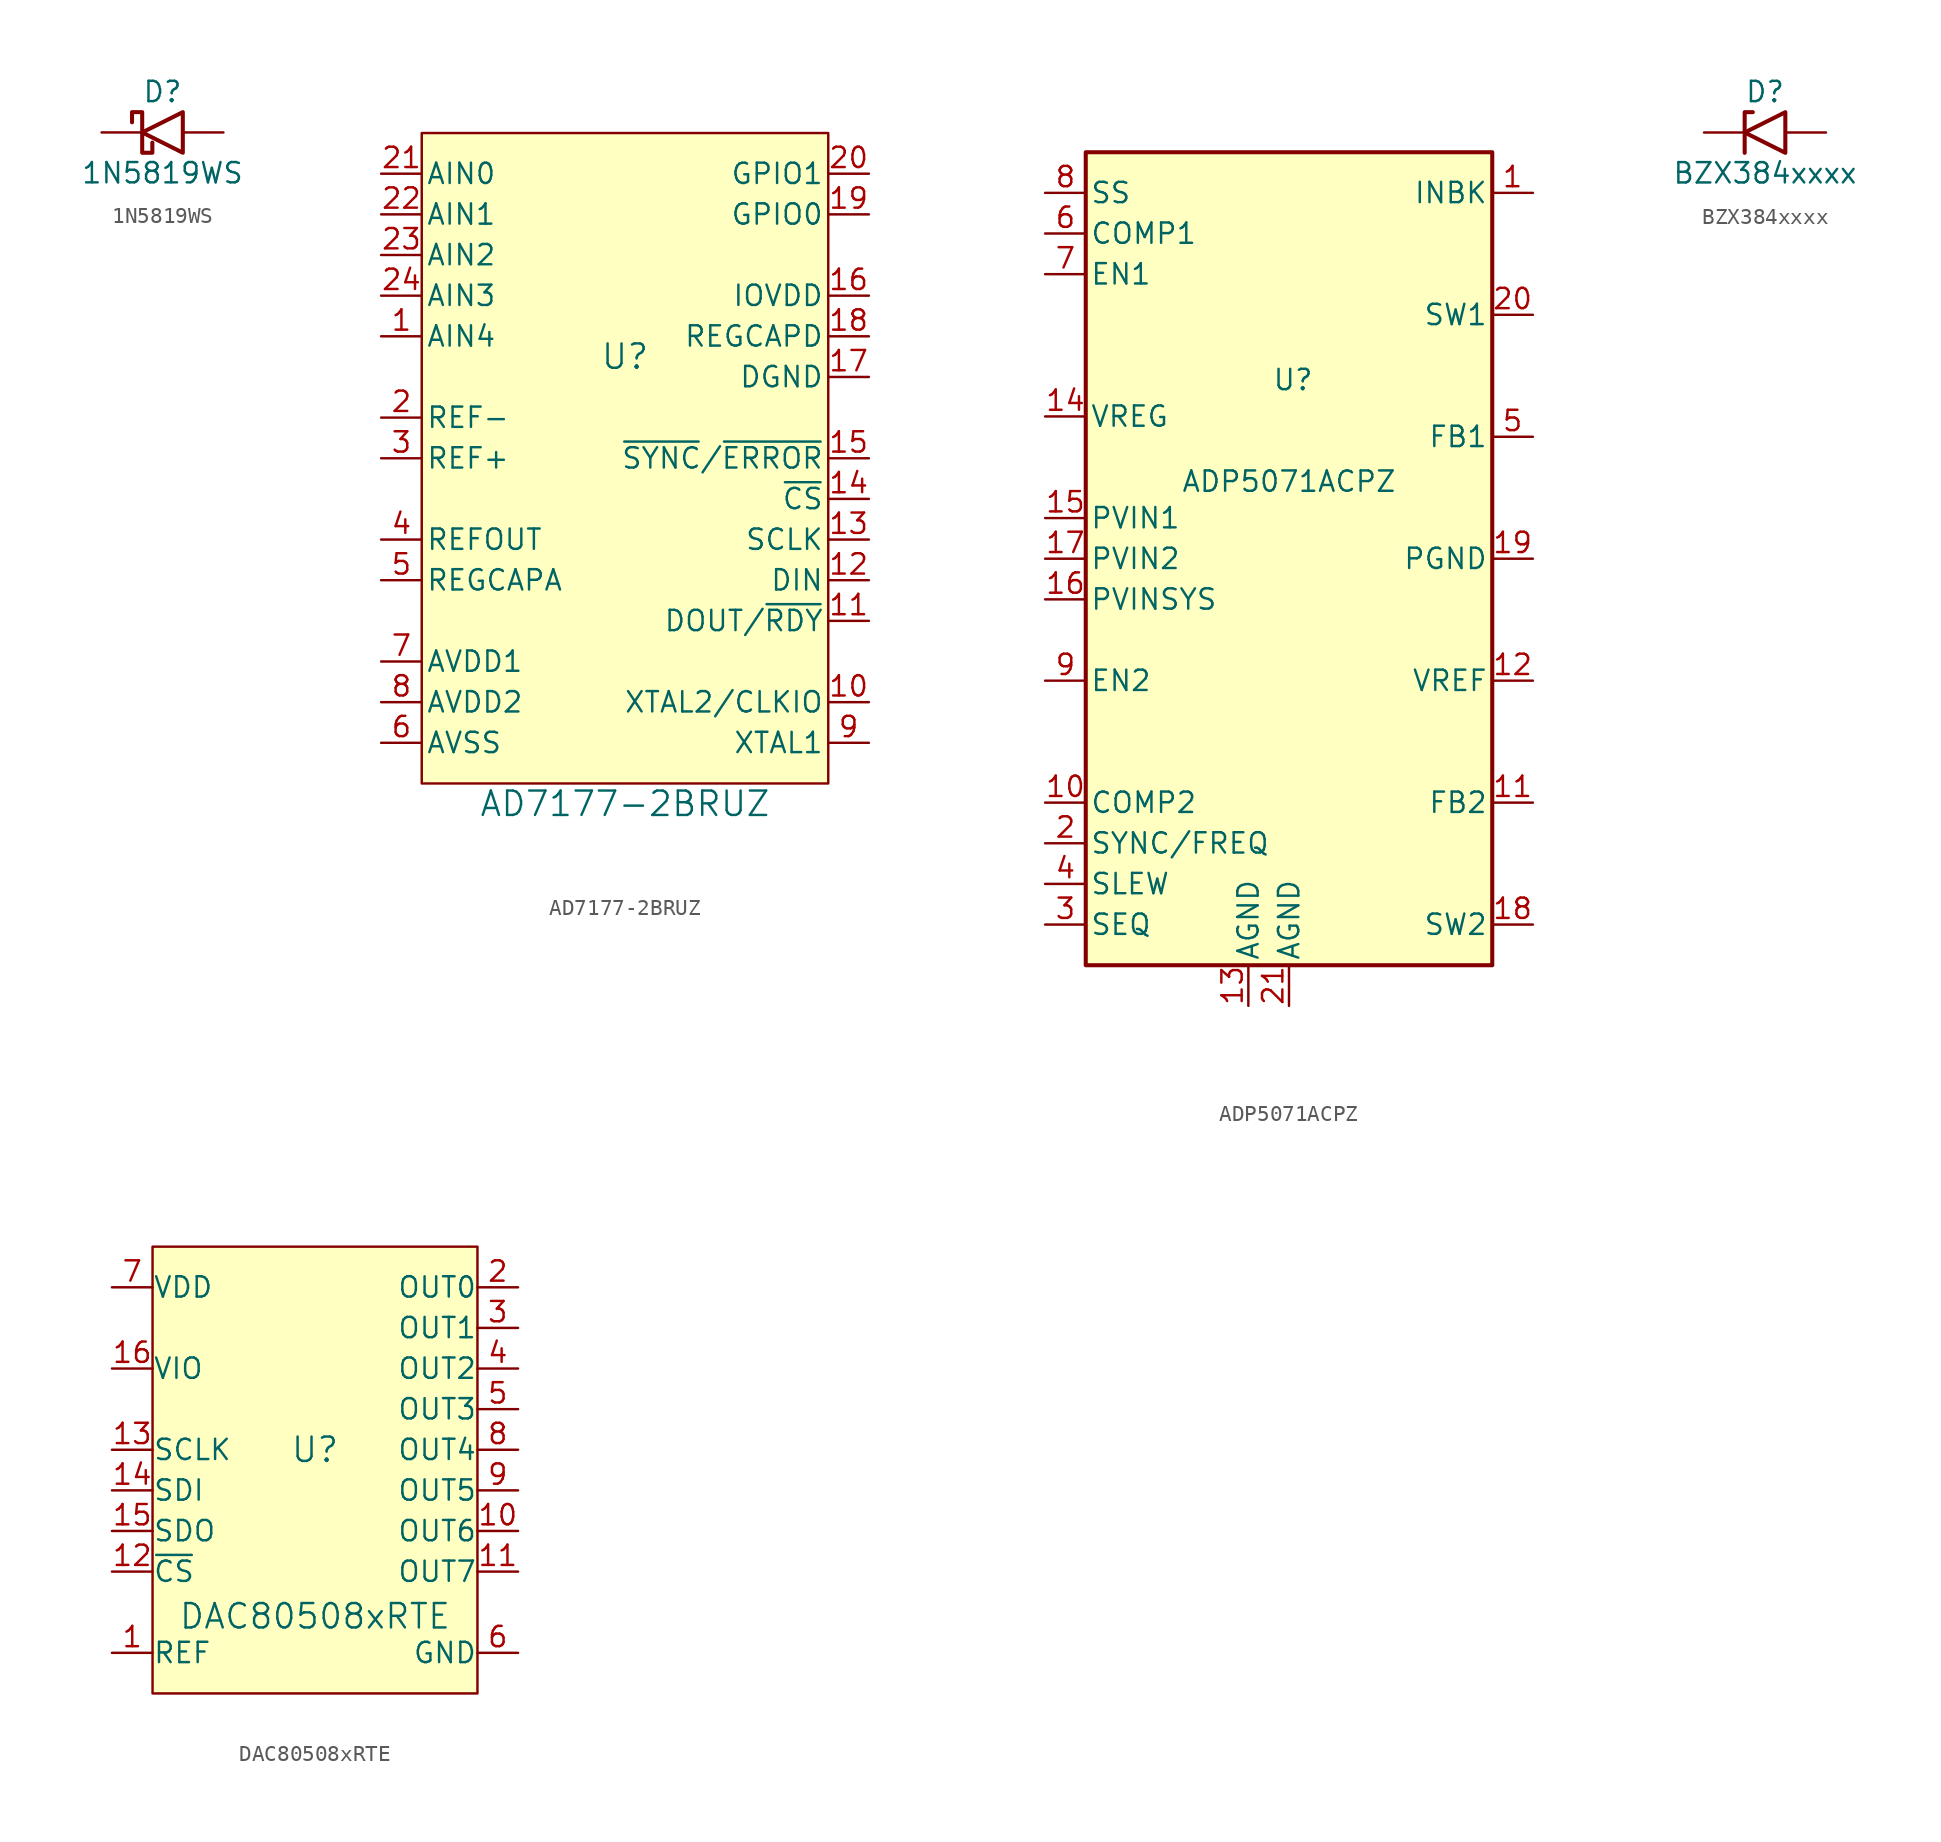
<source format=kicad_sym>
(kicad_symbol_lib
  (version 20241209)
  (generator "kicad_symbol_editor")
  (generator_version "9.0")
  (symbol "1N5819WS"
    (pin_numbers
      (hide yes))
    (pin_names
      (offset 1.016)
      (hide yes))
    (property "Reference" "D"
      (at 0 2.54 0)
      (effects (font (size 1.27 1.27))))
    (property "Value" "1N5819WS"
      (at 0 -2.54 0)
      (effects (font (size 1.27 1.27))))
    (symbol "1N5819WS_0_1"
      (polyline (pts (xy -1.905 0.635) (xy -1.905 1.27) (xy -1.27 1.27) (xy -1.27 -1.27) (xy -0.635 -1.27) (xy -0.635 -0.635)) (stroke (width 0.254) (type default)) (fill (type none)))
      (polyline (pts (xy 1.27 1.27) (xy 1.27 -1.27) (xy -1.27 0) (xy 1.27 1.27)) (stroke (width 0.254) (type default)) (fill (type none))))
    (symbol "1N5819WS_1_1"
      (pin passive line (at -3.81 0 0) (length 2.54) (name "K" (effects (font (size 1.27 1.27)))) (number "1" (effects (font (size 1.27 1.27)))))
      (pin passive line (at 3.81 0 180) (length 2.54) (name "A" (effects (font (size 1.27 1.27)))) (number "2" (effects (font (size 1.27 1.27)))))))
  (symbol "AD7177-2BRUZ"
    (pin_names
      (offset 0.254))
    (property "Reference" "U"
      (at 0 6.35 0)
      (effects (font (size 1.524 1.524))))
    (property "Value" "AD7177-2BRUZ"
      (at 0 -21.59 0)
      (effects (font (size 1.524 1.524))))
    (symbol "AD7177-2BRUZ_1_1"
      (rectangle (start -12.7 20.32) (end 12.7 -20.32) (stroke (width 0) (type default)) (fill (type background)))
      (pin input line (at -15.24 17.78 0) (length 2.54) (name "AIN0" (effects (font (size 1.27 1.27)))) (number "21" (effects (font (size 1.27 1.27)))))
      (pin input line (at -15.24 15.24 0) (length 2.54) (name "AIN1" (effects (font (size 1.27 1.27)))) (number "22" (effects (font (size 1.27 1.27)))))
      (pin input line (at -15.24 12.7 0) (length 2.54) (name "AIN2" (effects (font (size 1.27 1.27)))) (number "23" (effects (font (size 1.27 1.27)))))
      (pin input line (at -15.24 10.16 0) (length 2.54) (name "AIN3" (effects (font (size 1.27 1.27)))) (number "24" (effects (font (size 1.27 1.27)))))
      (pin input line (at -15.24 7.62 0) (length 2.54) (name "AIN4" (effects (font (size 1.27 1.27)))) (number "1" (effects (font (size 1.27 1.27)))))
      (pin input line (at -15.24 2.54 0) (length 2.54) (name "REF-" (effects (font (size 1.27 1.27)))) (number "2" (effects (font (size 1.27 1.27)))))
      (pin input line (at -15.24 0 0) (length 2.54) (name "REF+" (effects (font (size 1.27 1.27)))) (number "3" (effects (font (size 1.27 1.27)))))
      (pin output line (at -15.24 -5.08 0) (length 2.54) (name "REFOUT" (effects (font (size 1.27 1.27)))) (number "4" (effects (font (size 1.27 1.27)))))
      (pin passive line (at -15.24 -7.62 0) (length 2.54) (name "REGCAPA" (effects (font (size 1.27 1.27)))) (number "5" (effects (font (size 1.27 1.27)))))
      (pin power_in line (at -15.24 -12.7 0) (length 2.54) (name "AVDD1" (effects (font (size 1.27 1.27)))) (number "7" (effects (font (size 1.27 1.27)))))
      (pin power_in line (at -15.24 -15.24 0) (length 2.54) (name "AVDD2" (effects (font (size 1.27 1.27)))) (number "8" (effects (font (size 1.27 1.27)))))
      (pin power_in line (at -15.24 -17.78 0) (length 2.54) (name "AVSS" (effects (font (size 1.27 1.27)))) (number "6" (effects (font (size 1.27 1.27)))))
      (pin bidirectional line (at 15.24 17.78 180) (length 2.54) (name "GPIO1" (effects (font (size 1.27 1.27)))) (number "20" (effects (font (size 1.27 1.27)))))
      (pin bidirectional line (at 15.24 15.24 180) (length 2.54) (name "GPIO0" (effects (font (size 1.27 1.27)))) (number "19" (effects (font (size 1.27 1.27)))))
      (pin power_in line (at 15.24 10.16 180) (length 2.54) (name "IOVDD" (effects (font (size 1.27 1.27)))) (number "16" (effects (font (size 1.27 1.27)))))
      (pin passive line (at 15.24 7.62 180) (length 2.54) (name "REGCAPD" (effects (font (size 1.27 1.27)))) (number "18" (effects (font (size 1.27 1.27)))))
      (pin power_in line (at 15.24 5.08 180) (length 2.54) (name "DGND" (effects (font (size 1.27 1.27)))) (number "17" (effects (font (size 1.27 1.27)))))
      (pin bidirectional line (at 15.24 0 180) (length 2.54) (name "~{SYNC}/~{ERROR}" (effects (font (size 1.27 1.27)))) (number "15" (effects (font (size 1.27 1.27)))))
      (pin input line (at 15.24 -2.54 180) (length 2.54) (name "~{CS}" (effects (font (size 1.27 1.27)))) (number "14" (effects (font (size 1.27 1.27)))))
      (pin input line (at 15.24 -5.08 180) (length 2.54) (name "SCLK" (effects (font (size 1.27 1.27)))) (number "13" (effects (font (size 1.27 1.27)))))
      (pin input line (at 15.24 -7.62 180) (length 2.54) (name "DIN" (effects (font (size 1.27 1.27)))) (number "12" (effects (font (size 1.27 1.27)))))
      (pin tri_state line (at 15.24 -10.16 180) (length 2.54) (name "DOUT/~{RDY}" (effects (font (size 1.27 1.27)))) (number "11" (effects (font (size 1.27 1.27)))))
      (pin input line (at 15.24 -15.24 180) (length 2.54) (name "XTAL2/CLKIO" (effects (font (size 1.27 1.27)))) (number "10" (effects (font (size 1.27 1.27)))))
      (pin passive line (at 15.24 -17.78 180) (length 2.54) (name "XTAL1" (effects (font (size 1.27 1.27)))) (number "9" (effects (font (size 1.27 1.27)))))))
  (symbol "ADP5071ACPZ"
    (pin_names
      (offset 0.254))
    (property "Reference" "U"
      (at 0.254 11.176 0)
      (effects (font (size 1.27 1.27))))
    (property "Value" "ADP5071ACPZ"
      (at 0 4.826 0)
      (effects (font (size 1.27 1.27))))
    (symbol "ADP5071ACPZ_0_1"
      (rectangle (start -12.7 25.4) (end 12.7 -25.4) (stroke (width 0.254) (type default)) (fill (type background))))
    (symbol "ADP5071ACPZ_1_1"
      (pin passive line (at -15.24 22.86 0) (length 2.54) (name "SS" (effects (font (size 1.27 1.27)))) (number "8" (effects (font (size 1.27 1.27)))))
      (pin passive line (at -15.24 20.32 0) (length 2.54) (name "COMP1" (effects (font (size 1.27 1.27)))) (number "6" (effects (font (size 1.27 1.27)))))
      (pin input line (at -15.24 17.78 0) (length 2.54) (name "EN1" (effects (font (size 1.27 1.27)))) (number "7" (effects (font (size 1.27 1.27)))))
      (pin output line (at -15.24 8.89 0) (length 2.54) (name "VREG" (effects (font (size 1.27 1.27)))) (number "14" (effects (font (size 1.27 1.27)))))
      (pin power_in line (at -15.24 2.54 0) (length 2.54) (name "PVIN1" (effects (font (size 1.27 1.27)))) (number "15" (effects (font (size 1.27 1.27)))))
      (pin power_in line (at -15.24 0 0) (length 2.54) (name "PVIN2" (effects (font (size 1.27 1.27)))) (number "17" (effects (font (size 1.27 1.27)))))
      (pin power_in line (at -15.24 -2.54 0) (length 2.54) (name "PVINSYS" (effects (font (size 1.27 1.27)))) (number "16" (effects (font (size 1.27 1.27)))))
      (pin input line (at -15.24 -7.62 0) (length 2.54) (name "EN2" (effects (font (size 1.27 1.27)))) (number "9" (effects (font (size 1.27 1.27)))))
      (pin passive line (at -15.24 -15.24 0) (length 2.54) (name "COMP2" (effects (font (size 1.27 1.27)))) (number "10" (effects (font (size 1.27 1.27)))))
      (pin input line (at -15.24 -17.78 0) (length 2.54) (name "SYNC/FREQ" (effects (font (size 1.27 1.27)))) (number "2" (effects (font (size 1.27 1.27)))))
      (pin input line (at -15.24 -20.32 0) (length 2.54) (name "SLEW" (effects (font (size 1.27 1.27)))) (number "4" (effects (font (size 1.27 1.27)))))
      (pin input line (at -15.24 -22.86 0) (length 2.54) (name "SEQ" (effects (font (size 1.27 1.27)))) (number "3" (effects (font (size 1.27 1.27)))))
      (pin power_in line (at -2.54 -27.94 90) (length 2.54) (name "AGND" (effects (font (size 1.27 1.27)))) (number "13" (effects (font (size 1.27 1.27)))))
      (pin power_in line (at 0 -27.94 90) (length 2.54) (name "AGND" (effects (font (size 1.27 1.27)))) (number "21" (effects (font (size 1.27 1.27)))))
      (pin power_out line (at 15.24 22.86 180) (length 2.54) (name "INBK" (effects (font (size 1.27 1.27)))) (number "1" (effects (font (size 1.27 1.27)))))
      (pin power_out line (at 15.24 15.24 180) (length 2.54) (name "SW1" (effects (font (size 1.27 1.27)))) (number "20" (effects (font (size 1.27 1.27)))))
      (pin input line (at 15.24 7.62 180) (length 2.54) (name "FB1" (effects (font (size 1.27 1.27)))) (number "5" (effects (font (size 1.27 1.27)))))
      (pin power_in line (at 15.24 0 180) (length 2.54) (name "PGND" (effects (font (size 1.27 1.27)))) (number "19" (effects (font (size 1.27 1.27)))))
      (pin output line (at 15.24 -7.62 180) (length 2.54) (name "VREF" (effects (font (size 1.27 1.27)))) (number "12" (effects (font (size 1.27 1.27)))))
      (pin input line (at 15.24 -15.24 180) (length 2.54) (name "FB2" (effects (font (size 1.27 1.27)))) (number "11" (effects (font (size 1.27 1.27)))))
      (pin power_out line (at 15.24 -22.86 180) (length 2.54) (name "SW2" (effects (font (size 1.27 1.27)))) (number "18" (effects (font (size 1.27 1.27)))))))
  (symbol "BZX384xxxx"
    (pin_numbers
      (hide yes))
    (pin_names
      (hide yes))
    (property "Reference" "D"
      (at 0 2.54 0)
      (effects (font (size 1.27 1.27))))
    (property "Value" "BZX384xxxx"
      (at 0 -2.54 0)
      (effects (font (size 1.27 1.27))))
    (symbol "BZX384xxxx_0_1"
      (polyline (pts (xy -1.27 -1.27) (xy -1.27 1.27) (xy -0.762 1.27)) (stroke (width 0.254) (type default)) (fill (type none)))
      (polyline (pts (xy 1.27 -1.27) (xy 1.27 1.27) (xy -1.27 0) (xy 1.27 -1.27)) (stroke (width 0.254) (type default)) (fill (type none))))
    (symbol "BZX384xxxx_1_1"
      (pin passive line (at -3.81 0 0) (length 2.54) (name "K" (effects (font (size 1.27 1.27)))) (number "1" (effects (font (size 1.27 1.27)))))
      (pin passive line (at 3.81 0 180) (length 2.54) (name "A" (effects (font (size 1.27 1.27)))) (number "2" (effects (font (size 1.27 1.27)))))))
  (symbol "DAC80508xRTE"
    (pin_names
      (offset 0.002))
    (property "Reference" "U"
      (at 0 1.27 0)
      (effects (font (size 1.524 1.524))))
    (property "Value" "DAC80508xRTE"
      (at 0 -9.144 0)
      (effects (font (size 1.524 1.524))))
    (symbol "DAC80508xRTE_0_1"
      (pin power_in line (at -12.7 11.43 0) (length 2.54) (name "VDD" (effects (font (size 1.27 1.27)))) (number "7" (effects (font (size 1.27 1.27)))))
      (pin power_in line (at -12.7 6.35 0) (length 2.54) (name "VIO" (effects (font (size 1.27 1.27)))) (number "16" (effects (font (size 1.27 1.27)))))
      (pin input line (at -12.7 1.27 0) (length 2.54) (name "SCLK" (effects (font (size 1.27 1.27)))) (number "13" (effects (font (size 1.27 1.27)))))
      (pin input line (at -12.7 -1.27 0) (length 2.54) (name "SDI" (effects (font (size 1.27 1.27)))) (number "14" (effects (font (size 1.27 1.27)))))
      (pin tri_state line (at -12.7 -3.81 0) (length 2.54) (name "SDO" (effects (font (size 1.27 1.27)))) (number "15" (effects (font (size 1.27 1.27)))))
      (pin input line (at -12.7 -6.35 0) (length 2.54) (name "~{CS}" (effects (font (size 1.27 1.27)))) (number "12" (effects (font (size 1.27 1.27)))))
      (pin bidirectional line (at -12.7 -11.43 0) (length 2.54) (name "REF" (effects (font (size 1.27 1.27)))) (number "1" (effects (font (size 1.27 1.27)))))
      (pin output line (at 12.7 11.43 180) (length 2.54) (name "OUT0" (effects (font (size 1.27 1.27)))) (number "2" (effects (font (size 1.27 1.27)))))
      (pin output line (at 12.7 8.89 180) (length 2.54) (name "OUT1" (effects (font (size 1.27 1.27)))) (number "3" (effects (font (size 1.27 1.27)))))
      (pin output line (at 12.7 6.35 180) (length 2.54) (name "OUT2" (effects (font (size 1.27 1.27)))) (number "4" (effects (font (size 1.27 1.27)))))
      (pin output line (at 12.7 3.81 180) (length 2.54) (name "OUT3" (effects (font (size 1.27 1.27)))) (number "5" (effects (font (size 1.27 1.27)))))
      (pin output line (at 12.7 1.27 180) (length 2.54) (name "OUT4" (effects (font (size 1.27 1.27)))) (number "8" (effects (font (size 1.27 1.27)))))
      (pin output line (at 12.7 -1.27 180) (length 2.54) (name "OUT5" (effects (font (size 1.27 1.27)))) (number "9" (effects (font (size 1.27 1.27)))))
      (pin output line (at 12.7 -3.81 180) (length 2.54) (name "OUT6" (effects (font (size 1.27 1.27)))) (number "10" (effects (font (size 1.27 1.27)))))
      (pin output line (at 12.7 -6.35 180) (length 2.54) (name "OUT7" (effects (font (size 1.27 1.27)))) (number "11" (effects (font (size 1.27 1.27)))))
      (pin passive line (at 12.7 -11.43 180) (length 2.54) (hide yes) (name "PAD" (effects (font (size 1.27 1.27)))) (number "17" (effects (font (size 1.27 1.27)))))
      (pin power_in line (at 12.7 -11.43 180) (length 2.54) (name "GND" (effects (font (size 1.27 1.27)))) (number "6" (effects (font (size 1.27 1.27))))))
    (symbol "DAC80508xRTE_1_1"
      (rectangle (start -10.16 13.97) (end 10.16 -13.97) (stroke (width 0) (type default)) (fill (type background))))))
</source>
